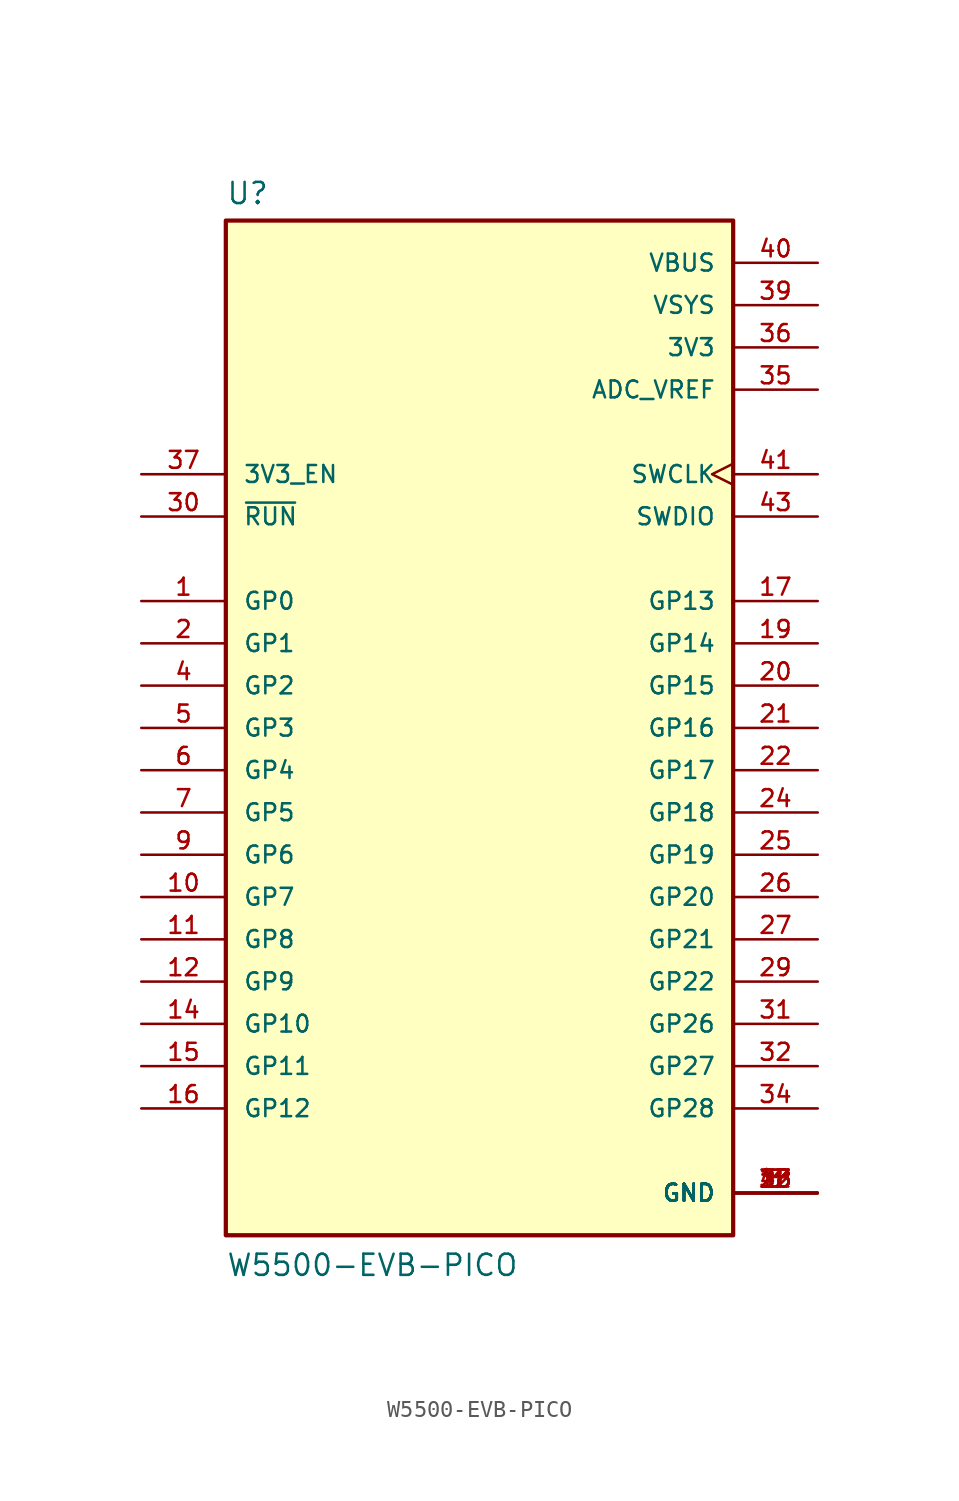
<source format=kicad_sym>
(kicad_symbol_lib
  (version 20211014)
  (generator kicad_symbol_editor)
  (symbol "W5500-EVB-PICO"
    (pin_names
      (offset 1.016))
    (property "Reference" "U"
      (at -15.24 31.369 0)
      (effects (font (size 1.27 1.27)) (justify bottom left)))
    (property "Value" "W5500-EVB-PICO"
      (at -15.24 -33.02 0)
      (effects (font (size 1.27 1.27)) (justify bottom left)))
    (symbol "W5500-EVB-PICO_0_0"
      (rectangle (start -15.24 -30.48) (end 15.24 30.48) (stroke (width 0.254)) (fill (type background)))
      (pin bidirectional line (at -20.32 7.62 0) (length 5.08) (name "GP0" (effects (font (size 1.016 1.016)))) (number "1" (effects (font (size 1.016 1.016)))))
      (pin bidirectional line (at -20.32 5.08 0) (length 5.08) (name "GP1" (effects (font (size 1.016 1.016)))) (number "2" (effects (font (size 1.016 1.016)))))
      (pin power_in line (at 20.32 -27.94 180.0) (length 5.08) (name "GND" (effects (font (size 1.016 1.016)))) (number "3" (effects (font (size 1.016 1.016)))))
      (pin power_in line (at 20.32 -27.94 180.0) (length 5.08) (name "GND" (effects (font (size 1.016 1.016)))) (number "8" (effects (font (size 1.016 1.016)))))
      (pin power_in line (at 20.32 -27.94 180.0) (length 5.08) (name "GND" (effects (font (size 1.016 1.016)))) (number "13" (effects (font (size 1.016 1.016)))))
      (pin power_in line (at 20.32 -27.94 180.0) (length 5.08) (name "GND" (effects (font (size 1.016 1.016)))) (number "18" (effects (font (size 1.016 1.016)))))
      (pin power_in line (at 20.32 -27.94 180.0) (length 5.08) (name "GND" (effects (font (size 1.016 1.016)))) (number "23" (effects (font (size 1.016 1.016)))))
      (pin power_in line (at 20.32 -27.94 180.0) (length 5.08) (name "GND" (effects (font (size 1.016 1.016)))) (number "28" (effects (font (size 1.016 1.016)))))
      (pin power_in line (at 20.32 -27.94 180.0) (length 5.08) (name "GND" (effects (font (size 1.016 1.016)))) (number "33" (effects (font (size 1.016 1.016)))))
      (pin power_in line (at 20.32 -27.94 180.0) (length 5.08) (name "GND" (effects (font (size 1.016 1.016)))) (number "38" (effects (font (size 1.016 1.016)))))
      (pin power_in line (at 20.32 -27.94 180.0) (length 5.08) (name "GND" (effects (font (size 1.016 1.016)))) (number "42" (effects (font (size 1.016 1.016)))))
      (pin bidirectional line (at -20.32 2.54 0) (length 5.08) (name "GP2" (effects (font (size 1.016 1.016)))) (number "4" (effects (font (size 1.016 1.016)))))
      (pin bidirectional line (at -20.32 0.0 0) (length 5.08) (name "GP3" (effects (font (size 1.016 1.016)))) (number "5" (effects (font (size 1.016 1.016)))))
      (pin bidirectional line (at -20.32 -2.54 0) (length 5.08) (name "GP4" (effects (font (size 1.016 1.016)))) (number "6" (effects (font (size 1.016 1.016)))))
      (pin bidirectional line (at -20.32 -5.08 0) (length 5.08) (name "GP5" (effects (font (size 1.016 1.016)))) (number "7" (effects (font (size 1.016 1.016)))))
      (pin bidirectional line (at -20.32 -7.62 0) (length 5.08) (name "GP6" (effects (font (size 1.016 1.016)))) (number "9" (effects (font (size 1.016 1.016)))))
      (pin bidirectional line (at -20.32 -10.16 0) (length 5.08) (name "GP7" (effects (font (size 1.016 1.016)))) (number "10" (effects (font (size 1.016 1.016)))))
      (pin bidirectional line (at -20.32 -15.24 0) (length 5.08) (name "GP9" (effects (font (size 1.016 1.016)))) (number "12" (effects (font (size 1.016 1.016)))))
      (pin bidirectional line (at -20.32 -12.7 0) (length 5.08) (name "GP8" (effects (font (size 1.016 1.016)))) (number "11" (effects (font (size 1.016 1.016)))))
      (pin bidirectional line (at -20.32 -17.78 0) (length 5.08) (name "GP10" (effects (font (size 1.016 1.016)))) (number "14" (effects (font (size 1.016 1.016)))))
      (pin bidirectional line (at -20.32 -20.32 0) (length 5.08) (name "GP11" (effects (font (size 1.016 1.016)))) (number "15" (effects (font (size 1.016 1.016)))))
      (pin bidirectional line (at -20.32 -22.86 0) (length 5.08) (name "GP12" (effects (font (size 1.016 1.016)))) (number "16" (effects (font (size 1.016 1.016)))))
      (pin bidirectional line (at 20.32 7.62 180.0) (length 5.08) (name "GP13" (effects (font (size 1.016 1.016)))) (number "17" (effects (font (size 1.016 1.016)))))
      (pin bidirectional line (at 20.32 5.08 180.0) (length 5.08) (name "GP14" (effects (font (size 1.016 1.016)))) (number "19" (effects (font (size 1.016 1.016)))))
      (pin bidirectional line (at 20.32 2.54 180.0) (length 5.08) (name "GP15" (effects (font (size 1.016 1.016)))) (number "20" (effects (font (size 1.016 1.016)))))
      (pin bidirectional line (at 20.32 0.0 180.0) (length 5.08) (name "GP16" (effects (font (size 1.016 1.016)))) (number "21" (effects (font (size 1.016 1.016)))))
      (pin bidirectional line (at 20.32 -2.54 180.0) (length 5.08) (name "GP17" (effects (font (size 1.016 1.016)))) (number "22" (effects (font (size 1.016 1.016)))))
      (pin bidirectional line (at 20.32 -5.08 180.0) (length 5.08) (name "GP18" (effects (font (size 1.016 1.016)))) (number "24" (effects (font (size 1.016 1.016)))))
      (pin bidirectional line (at 20.32 -7.62 180.0) (length 5.08) (name "GP19" (effects (font (size 1.016 1.016)))) (number "25" (effects (font (size 1.016 1.016)))))
      (pin bidirectional line (at 20.32 -10.16 180.0) (length 5.08) (name "GP20" (effects (font (size 1.016 1.016)))) (number "26" (effects (font (size 1.016 1.016)))))
      (pin bidirectional line (at 20.32 -12.7 180.0) (length 5.08) (name "GP21" (effects (font (size 1.016 1.016)))) (number "27" (effects (font (size 1.016 1.016)))))
      (pin bidirectional line (at 20.32 -15.24 180.0) (length 5.08) (name "GP22" (effects (font (size 1.016 1.016)))) (number "29" (effects (font (size 1.016 1.016)))))
      (pin input line (at -20.32 12.7 0) (length 5.08) (name "~{RUN}" (effects (font (size 1.016 1.016)))) (number "30" (effects (font (size 1.016 1.016)))))
      (pin bidirectional line (at 20.32 -17.78 180.0) (length 5.08) (name "GP26" (effects (font (size 1.016 1.016)))) (number "31" (effects (font (size 1.016 1.016)))))
      (pin bidirectional line (at 20.32 -20.32 180.0) (length 5.08) (name "GP27" (effects (font (size 1.016 1.016)))) (number "32" (effects (font (size 1.016 1.016)))))
      (pin bidirectional line (at 20.32 -22.86 180.0) (length 5.08) (name "GP28" (effects (font (size 1.016 1.016)))) (number "34" (effects (font (size 1.016 1.016)))))
      (pin power_in line (at 20.32 20.32 180.0) (length 5.08) (name "ADC_VREF" (effects (font (size 1.016 1.016)))) (number "35" (effects (font (size 1.016 1.016)))))
      (pin power_in line (at 20.32 22.86 180.0) (length 5.08) (name "3V3" (effects (font (size 1.016 1.016)))) (number "36" (effects (font (size 1.016 1.016)))))
      (pin input line (at -20.32 15.24 0) (length 5.08) (name "3V3_EN" (effects (font (size 1.016 1.016)))) (number "37" (effects (font (size 1.016 1.016)))))
      (pin power_in line (at 20.32 25.4 180.0) (length 5.08) (name "VSYS" (effects (font (size 1.016 1.016)))) (number "39" (effects (font (size 1.016 1.016)))))
      (pin power_in line (at 20.32 27.94 180.0) (length 5.08) (name "VBUS" (effects (font (size 1.016 1.016)))) (number "40" (effects (font (size 1.016 1.016)))))
      (pin bidirectional line (at 20.32 12.7 180.0) (length 5.08) (name "SWDIO" (effects (font (size 1.016 1.016)))) (number "43" (effects (font (size 1.016 1.016)))))
      (pin input clock (at 20.32 15.24 180.0) (length 5.08) (name "SWCLK" (effects (font (size 1.016 1.016)))) (number "41" (effects (font (size 1.016 1.016))))))))
</source>
